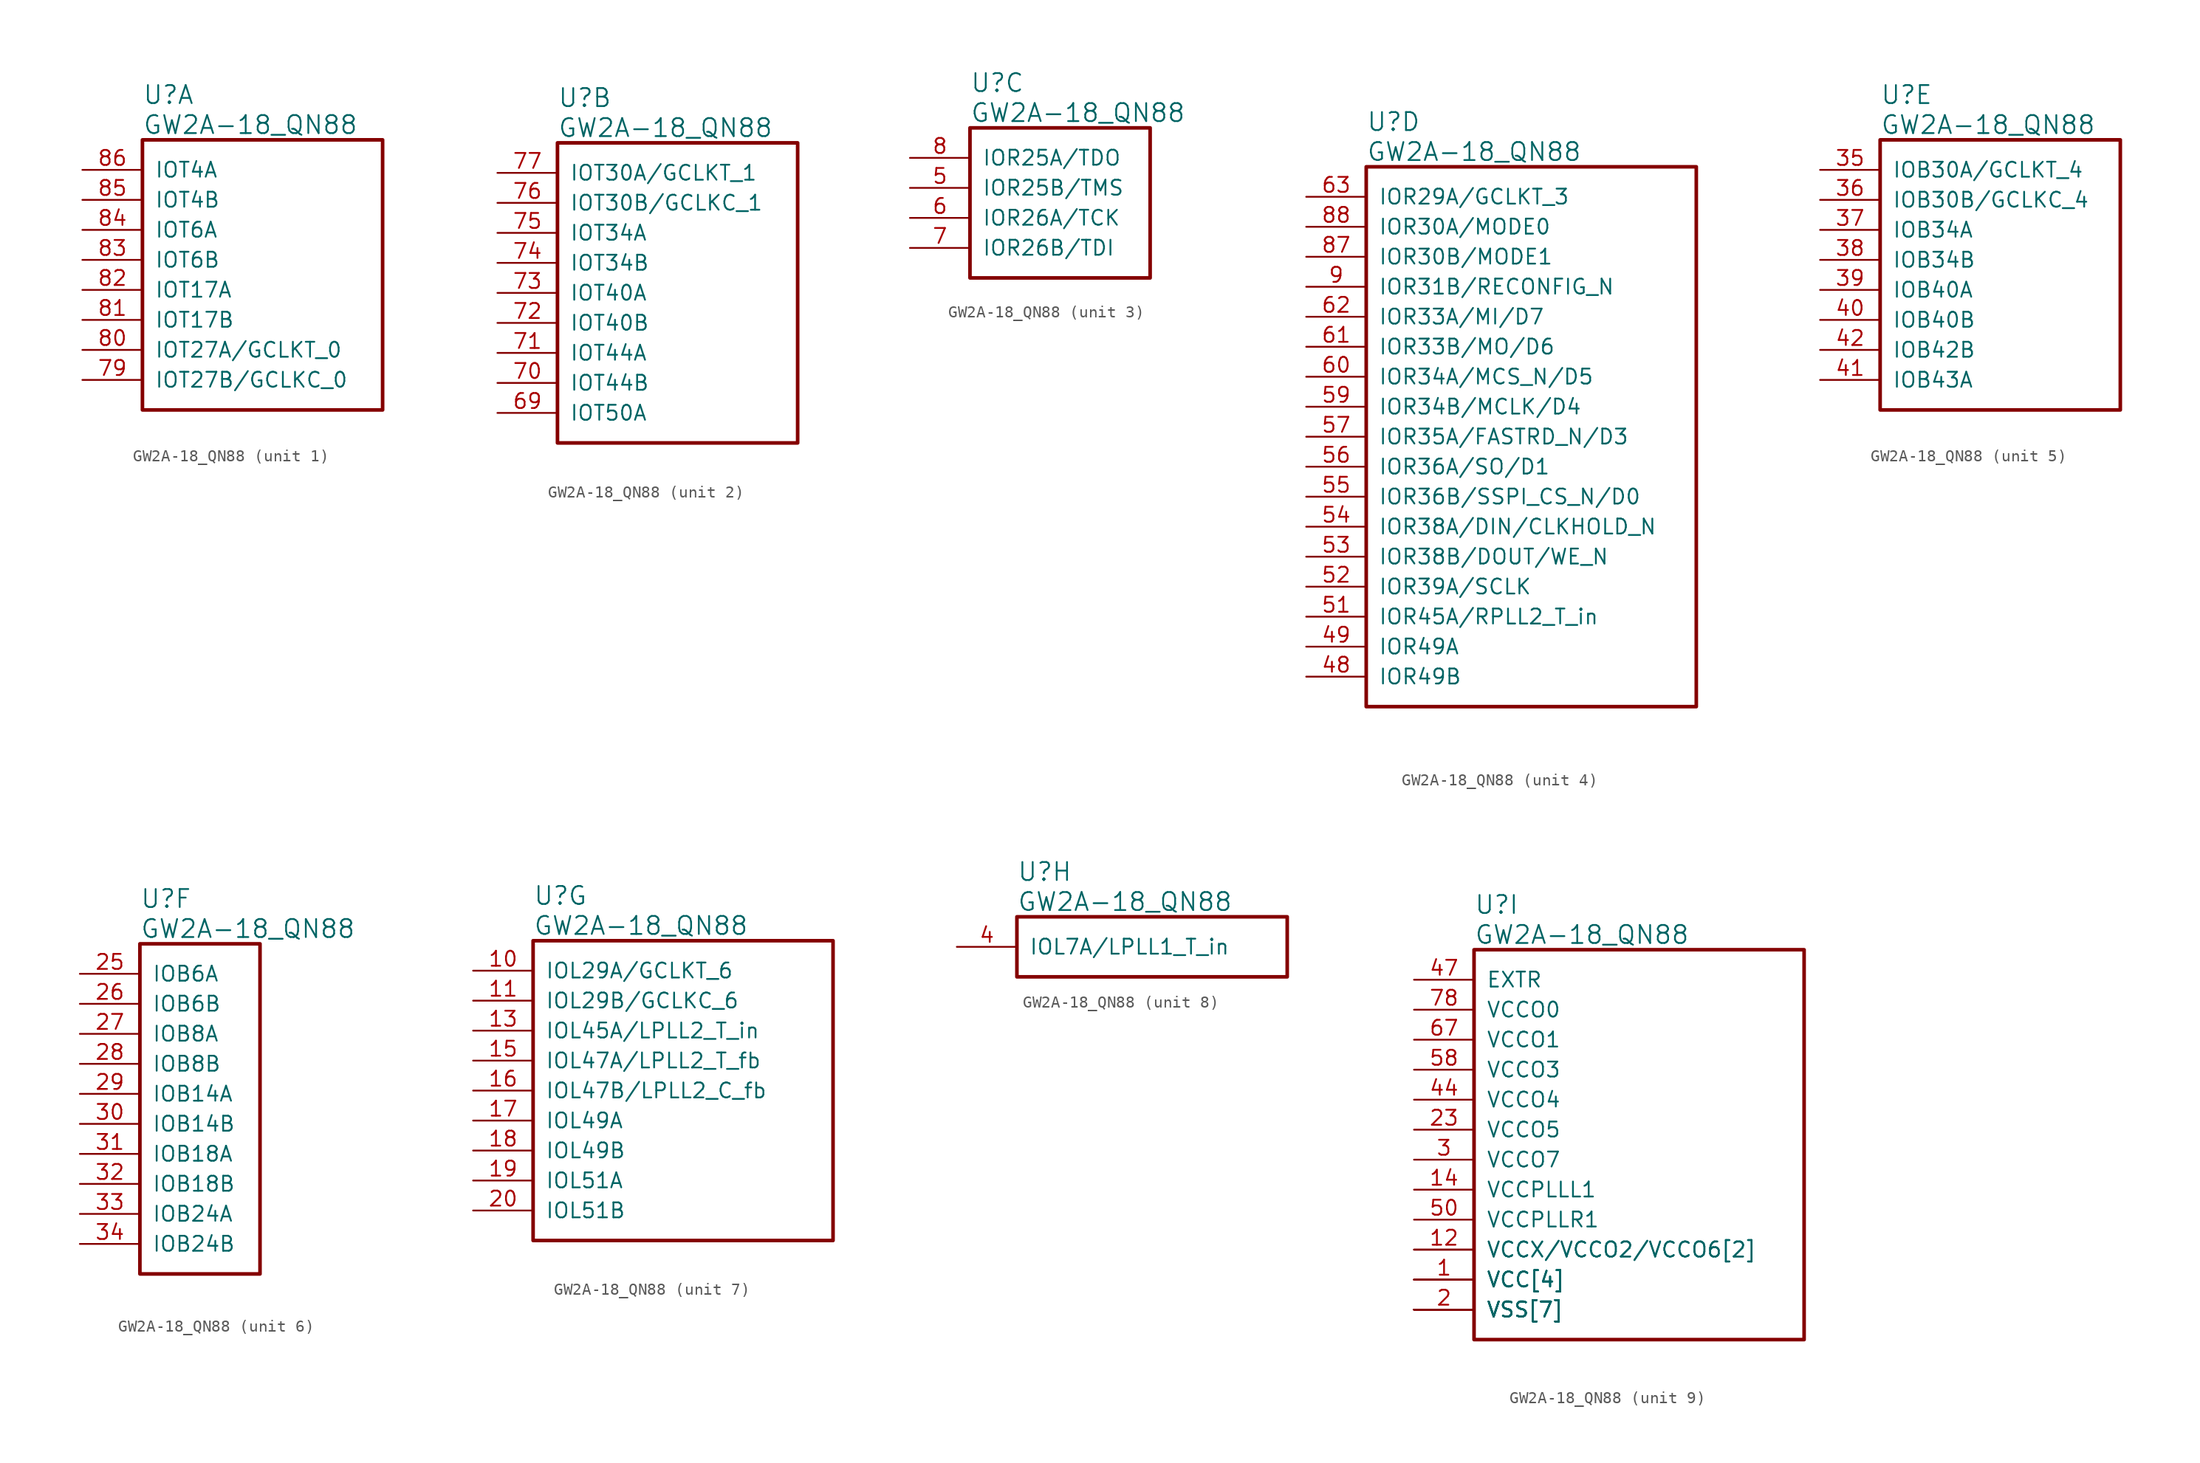
<source format=kicad_sym>
(kicad_symbol_lib
  (version 20220914)
  (generator kicad_symbol_editor)
  (symbol "GW2A-18_QN88"
    (pin_names
      (offset 1.016))
    (property "Reference" "U"
      (at 5.08 6.35 0)
      (effects (font (size 1.524 1.524)) (justify left)))
    (property "Value" "GW2A-18_QN88"
      (at 5.08 3.81 0)
      (effects (font (size 1.524 1.524)) (justify left)))
    (property "ki_locked" ""
      (at 0 0 0)
      (effects (font (size 1.27 1.27))))
    (symbol "GW2A-18_QN88_1_1"
      (rectangle (start 5.08 2.54) (end 25.4 -20.32) (stroke (width 0.305) (type solid)) (fill (type none)))
      (pin bidirectional line (at 0 -17.78 0) (length 5.08) (name "IOT27B/GCLKC_0" (effects (font (size 1.27 1.27)))) (number "79" (effects (font (size 1.27 1.27)))))
      (pin bidirectional line (at 0 -15.24 0) (length 5.08) (name "IOT27A/GCLKT_0" (effects (font (size 1.27 1.27)))) (number "80" (effects (font (size 1.27 1.27)))))
      (pin bidirectional line (at 0 -12.7 0) (length 5.08) (name "IOT17B" (effects (font (size 1.27 1.27)))) (number "81" (effects (font (size 1.27 1.27)))))
      (pin bidirectional line (at 0 -10.16 0) (length 5.08) (name "IOT17A" (effects (font (size 1.27 1.27)))) (number "82" (effects (font (size 1.27 1.27)))))
      (pin bidirectional line (at 0 -7.62 0) (length 5.08) (name "IOT6B" (effects (font (size 1.27 1.27)))) (number "83" (effects (font (size 1.27 1.27)))))
      (pin bidirectional line (at 0 -5.08 0) (length 5.08) (name "IOT6A" (effects (font (size 1.27 1.27)))) (number "84" (effects (font (size 1.27 1.27)))))
      (pin bidirectional line (at 0 -2.54 0) (length 5.08) (name "IOT4B" (effects (font (size 1.27 1.27)))) (number "85" (effects (font (size 1.27 1.27)))))
      (pin bidirectional line (at 0 0 0) (length 5.08) (name "IOT4A" (effects (font (size 1.27 1.27)))) (number "86" (effects (font (size 1.27 1.27))))))
    (symbol "GW2A-18_QN88_2_1"
      (rectangle (start 5.08 2.54) (end 25.4 -22.86) (stroke (width 0.305) (type solid)) (fill (type none)))
      (pin bidirectional line (at 0 -20.32 0) (length 5.08) (name "IOT50A" (effects (font (size 1.27 1.27)))) (number "69" (effects (font (size 1.27 1.27)))))
      (pin bidirectional line (at 0 -17.78 0) (length 5.08) (name "IOT44B" (effects (font (size 1.27 1.27)))) (number "70" (effects (font (size 1.27 1.27)))))
      (pin bidirectional line (at 0 -15.24 0) (length 5.08) (name "IOT44A" (effects (font (size 1.27 1.27)))) (number "71" (effects (font (size 1.27 1.27)))))
      (pin bidirectional line (at 0 -12.7 0) (length 5.08) (name "IOT40B" (effects (font (size 1.27 1.27)))) (number "72" (effects (font (size 1.27 1.27)))))
      (pin bidirectional line (at 0 -10.16 0) (length 5.08) (name "IOT40A" (effects (font (size 1.27 1.27)))) (number "73" (effects (font (size 1.27 1.27)))))
      (pin bidirectional line (at 0 -7.62 0) (length 5.08) (name "IOT34B" (effects (font (size 1.27 1.27)))) (number "74" (effects (font (size 1.27 1.27)))))
      (pin bidirectional line (at 0 -5.08 0) (length 5.08) (name "IOT34A" (effects (font (size 1.27 1.27)))) (number "75" (effects (font (size 1.27 1.27)))))
      (pin bidirectional line (at 0 -2.54 0) (length 5.08) (name "IOT30B/GCLKC_1" (effects (font (size 1.27 1.27)))) (number "76" (effects (font (size 1.27 1.27)))))
      (pin bidirectional line (at 0 0 0) (length 5.08) (name "IOT30A/GCLKT_1" (effects (font (size 1.27 1.27)))) (number "77" (effects (font (size 1.27 1.27))))))
    (symbol "GW2A-18_QN88_3_1"
      (rectangle (start 5.08 2.54) (end 20.32 -10.16) (stroke (width 0.305) (type solid)) (fill (type none)))
      (pin bidirectional line (at 0 -2.54 0) (length 5.08) (name "IOR25B/TMS" (effects (font (size 1.27 1.27)))) (number "5" (effects (font (size 1.27 1.27)))))
      (pin bidirectional line (at 0 -5.08 0) (length 5.08) (name "IOR26A/TCK" (effects (font (size 1.27 1.27)))) (number "6" (effects (font (size 1.27 1.27)))))
      (pin bidirectional line (at 0 -7.62 0) (length 5.08) (name "IOR26B/TDI" (effects (font (size 1.27 1.27)))) (number "7" (effects (font (size 1.27 1.27)))))
      (pin bidirectional line (at 0 0 0) (length 5.08) (name "IOR25A/TDO" (effects (font (size 1.27 1.27)))) (number "8" (effects (font (size 1.27 1.27))))))
    (symbol "GW2A-18_QN88_4_1"
      (rectangle (start 5.08 2.54) (end 33.02 -43.18) (stroke (width 0.305) (type solid)) (fill (type none)))
      (pin bidirectional line (at 0 -40.64 0) (length 5.08) (name "IOR49B" (effects (font (size 1.27 1.27)))) (number "48" (effects (font (size 1.27 1.27)))))
      (pin bidirectional line (at 0 -38.1 0) (length 5.08) (name "IOR49A" (effects (font (size 1.27 1.27)))) (number "49" (effects (font (size 1.27 1.27)))))
      (pin bidirectional line (at 0 -35.56 0) (length 5.08) (name "IOR45A/RPLL2_T_in" (effects (font (size 1.27 1.27)))) (number "51" (effects (font (size 1.27 1.27)))))
      (pin bidirectional line (at 0 -33.02 0) (length 5.08) (name "IOR39A/SCLK" (effects (font (size 1.27 1.27)))) (number "52" (effects (font (size 1.27 1.27)))))
      (pin bidirectional line (at 0 -30.48 0) (length 5.08) (name "IOR38B/DOUT/WE_N" (effects (font (size 1.27 1.27)))) (number "53" (effects (font (size 1.27 1.27)))))
      (pin bidirectional line (at 0 -27.94 0) (length 5.08) (name "IOR38A/DIN/CLKHOLD_N" (effects (font (size 1.27 1.27)))) (number "54" (effects (font (size 1.27 1.27)))))
      (pin bidirectional line (at 0 -25.4 0) (length 5.08) (name "IOR36B/SSPI_CS_N/D0" (effects (font (size 1.27 1.27)))) (number "55" (effects (font (size 1.27 1.27)))))
      (pin bidirectional line (at 0 -22.86 0) (length 5.08) (name "IOR36A/SO/D1" (effects (font (size 1.27 1.27)))) (number "56" (effects (font (size 1.27 1.27)))))
      (pin bidirectional line (at 0 -20.32 0) (length 5.08) (name "IOR35A/FASTRD_N/D3" (effects (font (size 1.27 1.27)))) (number "57" (effects (font (size 1.27 1.27)))))
      (pin bidirectional line (at 0 -17.78 0) (length 5.08) (name "IOR34B/MCLK/D4" (effects (font (size 1.27 1.27)))) (number "59" (effects (font (size 1.27 1.27)))))
      (pin bidirectional line (at 0 -15.24 0) (length 5.08) (name "IOR34A/MCS_N/D5" (effects (font (size 1.27 1.27)))) (number "60" (effects (font (size 1.27 1.27)))))
      (pin bidirectional line (at 0 -12.7 0) (length 5.08) (name "IOR33B/MO/D6" (effects (font (size 1.27 1.27)))) (number "61" (effects (font (size 1.27 1.27)))))
      (pin bidirectional line (at 0 -10.16 0) (length 5.08) (name "IOR33A/MI/D7" (effects (font (size 1.27 1.27)))) (number "62" (effects (font (size 1.27 1.27)))))
      (pin bidirectional line (at 0 0 0) (length 5.08) (name "IOR29A/GCLKT_3" (effects (font (size 1.27 1.27)))) (number "63" (effects (font (size 1.27 1.27)))))
      (pin bidirectional line (at 0 -5.08 0) (length 5.08) (name "IOR30B/MODE1" (effects (font (size 1.27 1.27)))) (number "87" (effects (font (size 1.27 1.27)))))
      (pin bidirectional line (at 0 -2.54 0) (length 5.08) (name "IOR30A/MODE0" (effects (font (size 1.27 1.27)))) (number "88" (effects (font (size 1.27 1.27)))))
      (pin bidirectional line (at 0 -7.62 0) (length 5.08) (name "IOR31B/RECONFIG_N" (effects (font (size 1.27 1.27)))) (number "9" (effects (font (size 1.27 1.27))))))
    (symbol "GW2A-18_QN88_5_1"
      (rectangle (start 5.08 2.54) (end 25.4 -20.32) (stroke (width 0.305) (type solid)) (fill (type none)))
      (pin bidirectional line (at 0 0 0) (length 5.08) (name "IOB30A/GCLKT_4" (effects (font (size 1.27 1.27)))) (number "35" (effects (font (size 1.27 1.27)))))
      (pin bidirectional line (at 0 -2.54 0) (length 5.08) (name "IOB30B/GCLKC_4" (effects (font (size 1.27 1.27)))) (number "36" (effects (font (size 1.27 1.27)))))
      (pin bidirectional line (at 0 -5.08 0) (length 5.08) (name "IOB34A" (effects (font (size 1.27 1.27)))) (number "37" (effects (font (size 1.27 1.27)))))
      (pin bidirectional line (at 0 -7.62 0) (length 5.08) (name "IOB34B" (effects (font (size 1.27 1.27)))) (number "38" (effects (font (size 1.27 1.27)))))
      (pin bidirectional line (at 0 -10.16 0) (length 5.08) (name "IOB40A" (effects (font (size 1.27 1.27)))) (number "39" (effects (font (size 1.27 1.27)))))
      (pin bidirectional line (at 0 -12.7 0) (length 5.08) (name "IOB40B" (effects (font (size 1.27 1.27)))) (number "40" (effects (font (size 1.27 1.27)))))
      (pin bidirectional line (at 0 -17.78 0) (length 5.08) (name "IOB43A" (effects (font (size 1.27 1.27)))) (number "41" (effects (font (size 1.27 1.27)))))
      (pin bidirectional line (at 0 -15.24 0) (length 5.08) (name "IOB42B" (effects (font (size 1.27 1.27)))) (number "42" (effects (font (size 1.27 1.27))))))
    (symbol "GW2A-18_QN88_6_1"
      (rectangle (start 5.08 2.54) (end 15.24 -25.4) (stroke (width 0.305) (type solid)) (fill (type none)))
      (pin bidirectional line (at 0 0 0) (length 5.08) (name "IOB6A" (effects (font (size 1.27 1.27)))) (number "25" (effects (font (size 1.27 1.27)))))
      (pin bidirectional line (at 0 -2.54 0) (length 5.08) (name "IOB6B" (effects (font (size 1.27 1.27)))) (number "26" (effects (font (size 1.27 1.27)))))
      (pin bidirectional line (at 0 -5.08 0) (length 5.08) (name "IOB8A" (effects (font (size 1.27 1.27)))) (number "27" (effects (font (size 1.27 1.27)))))
      (pin bidirectional line (at 0 -7.62 0) (length 5.08) (name "IOB8B" (effects (font (size 1.27 1.27)))) (number "28" (effects (font (size 1.27 1.27)))))
      (pin bidirectional line (at 0 -10.16 0) (length 5.08) (name "IOB14A" (effects (font (size 1.27 1.27)))) (number "29" (effects (font (size 1.27 1.27)))))
      (pin bidirectional line (at 0 -12.7 0) (length 5.08) (name "IOB14B" (effects (font (size 1.27 1.27)))) (number "30" (effects (font (size 1.27 1.27)))))
      (pin bidirectional line (at 0 -15.24 0) (length 5.08) (name "IOB18A" (effects (font (size 1.27 1.27)))) (number "31" (effects (font (size 1.27 1.27)))))
      (pin bidirectional line (at 0 -17.78 0) (length 5.08) (name "IOB18B" (effects (font (size 1.27 1.27)))) (number "32" (effects (font (size 1.27 1.27)))))
      (pin bidirectional line (at 0 -20.32 0) (length 5.08) (name "IOB24A" (effects (font (size 1.27 1.27)))) (number "33" (effects (font (size 1.27 1.27)))))
      (pin bidirectional line (at 0 -22.86 0) (length 5.08) (name "IOB24B" (effects (font (size 1.27 1.27)))) (number "34" (effects (font (size 1.27 1.27))))))
    (symbol "GW2A-18_QN88_7_1"
      (rectangle (start 5.08 2.54) (end 30.48 -22.86) (stroke (width 0.305) (type solid)) (fill (type none)))
      (pin bidirectional line (at 0 0 0) (length 5.08) (name "IOL29A/GCLKT_6" (effects (font (size 1.27 1.27)))) (number "10" (effects (font (size 1.27 1.27)))))
      (pin bidirectional line (at 0 -2.54 0) (length 5.08) (name "IOL29B/GCLKC_6" (effects (font (size 1.27 1.27)))) (number "11" (effects (font (size 1.27 1.27)))))
      (pin bidirectional line (at 0 -5.08 0) (length 5.08) (name "IOL45A/LPLL2_T_in" (effects (font (size 1.27 1.27)))) (number "13" (effects (font (size 1.27 1.27)))))
      (pin bidirectional line (at 0 -7.62 0) (length 5.08) (name "IOL47A/LPLL2_T_fb" (effects (font (size 1.27 1.27)))) (number "15" (effects (font (size 1.27 1.27)))))
      (pin bidirectional line (at 0 -10.16 0) (length 5.08) (name "IOL47B/LPLL2_C_fb" (effects (font (size 1.27 1.27)))) (number "16" (effects (font (size 1.27 1.27)))))
      (pin bidirectional line (at 0 -12.7 0) (length 5.08) (name "IOL49A" (effects (font (size 1.27 1.27)))) (number "17" (effects (font (size 1.27 1.27)))))
      (pin bidirectional line (at 0 -15.24 0) (length 5.08) (name "IOL49B" (effects (font (size 1.27 1.27)))) (number "18" (effects (font (size 1.27 1.27)))))
      (pin bidirectional line (at 0 -17.78 0) (length 5.08) (name "IOL51A" (effects (font (size 1.27 1.27)))) (number "19" (effects (font (size 1.27 1.27)))))
      (pin bidirectional line (at 0 -20.32 0) (length 5.08) (name "IOL51B" (effects (font (size 1.27 1.27)))) (number "20" (effects (font (size 1.27 1.27))))))
    (symbol "GW2A-18_QN88_8_1"
      (rectangle (start 5.08 2.54) (end 27.94 -2.54) (stroke (width 0.305) (type solid)) (fill (type none)))
      (pin bidirectional line (at 0 0 0) (length 5.08) (name "IOL7A/LPLL1_T_in" (effects (font (size 1.27 1.27)))) (number "4" (effects (font (size 1.27 1.27))))))
    (symbol "GW2A-18_QN88_9_1"
      (rectangle (start 5.08 2.54) (end 33.02 -30.48) (stroke (width 0.305) (type solid)) (fill (type none)))
      (pin power_in line (at 0 -25.4 0) (length 5.08) (name "VCC[4]" (effects (font (size 1.27 1.27)))) (number "1" (effects (font (size 1.27 1.27)))))
      (pin power_in line (at 0 -22.86 0) (length 5.08) (name "VCCX/VCCO2/VCCO6[2]" (effects (font (size 1.27 1.27)))) (number "12" (effects (font (size 1.27 1.27)))))
      (pin power_in line (at 0 -17.78 0) (length 5.08) (name "VCCPLLL1" (effects (font (size 1.27 1.27)))) (number "14" (effects (font (size 1.27 1.27)))))
      (pin power_in line (at 0 -27.94 0) (length 5.08) (name "VSS[7]" (effects (font (size 1.27 1.27)))) (number "2" (effects (font (size 1.27 1.27)))))
      (pin power_in line (at 0 -27.94 0) (length 5.08) (name "VSS[7]" (effects (font (size 1.27 1.27)))) (number "21" (effects (font (size 0 0)))))
      (pin power_in line (at 0 -25.4 0) (length 5.08) (name "VCC[4]" (effects (font (size 1.27 1.27)))) (number "22" (effects (font (size 0 0)))))
      (pin power_in line (at 0 -12.7 0) (length 5.08) (name "VCCO5" (effects (font (size 1.27 1.27)))) (number "23" (effects (font (size 1.27 1.27)))))
      (pin power_in line (at 0 -27.94 0) (length 5.08) (name "VSS[7]" (effects (font (size 1.27 1.27)))) (number "24" (effects (font (size 0 0)))))
      (pin power_in line (at 0 -15.24 0) (length 5.08) (name "VCCO7" (effects (font (size 1.27 1.27)))) (number "3" (effects (font (size 1.27 1.27)))))
      (pin power_in line (at 0 -27.94 0) (length 5.08) (name "VSS[7]" (effects (font (size 1.27 1.27)))) (number "43" (effects (font (size 0 0)))))
      (pin power_in line (at 0 -10.16 0) (length 5.08) (name "VCCO4" (effects (font (size 1.27 1.27)))) (number "44" (effects (font (size 1.27 1.27)))))
      (pin power_in line (at 0 -25.4 0) (length 5.08) (name "VCC[4]" (effects (font (size 1.27 1.27)))) (number "45" (effects (font (size 0 0)))))
      (pin power_in line (at 0 -27.94 0) (length 5.08) (name "VSS[7]" (effects (font (size 1.27 1.27)))) (number "46" (effects (font (size 0 0)))))
      (pin power_in line (at 0 0 0) (length 5.08) (name "EXTR" (effects (font (size 1.27 1.27)))) (number "47" (effects (font (size 1.27 1.27)))))
      (pin power_in line (at 0 -20.32 0) (length 5.08) (name "VCCPLLR1" (effects (font (size 1.27 1.27)))) (number "50" (effects (font (size 1.27 1.27)))))
      (pin power_in line (at 0 -7.62 0) (length 5.08) (name "VCCO3" (effects (font (size 1.27 1.27)))) (number "58" (effects (font (size 1.27 1.27)))))
      (pin power_in line (at 0 -22.86 0) (length 5.08) (name "VCCX/VCCO2/VCCO6[2]" (effects (font (size 1.27 1.27)))) (number "64" (effects (font (size 0 0)))))
      (pin power_in line (at 0 -27.94 0) (length 5.08) (name "VSS[7]" (effects (font (size 1.27 1.27)))) (number "65" (effects (font (size 0 0)))))
      (pin power_in line (at 0 -25.4 0) (length 5.08) (name "VCC[4]" (effects (font (size 1.27 1.27)))) (number "66" (effects (font (size 0 0)))))
      (pin power_in line (at 0 -5.08 0) (length 5.08) (name "VCCO1" (effects (font (size 1.27 1.27)))) (number "67" (effects (font (size 1.27 1.27)))))
      (pin power_in line (at 0 -27.94 0) (length 5.08) (name "VSS[7]" (effects (font (size 1.27 1.27)))) (number "68" (effects (font (size 0 0)))))
      (pin power_in line (at 0 -2.54 0) (length 5.08) (name "VCCO0" (effects (font (size 1.27 1.27)))) (number "78" (effects (font (size 1.27 1.27))))))))
</source>
